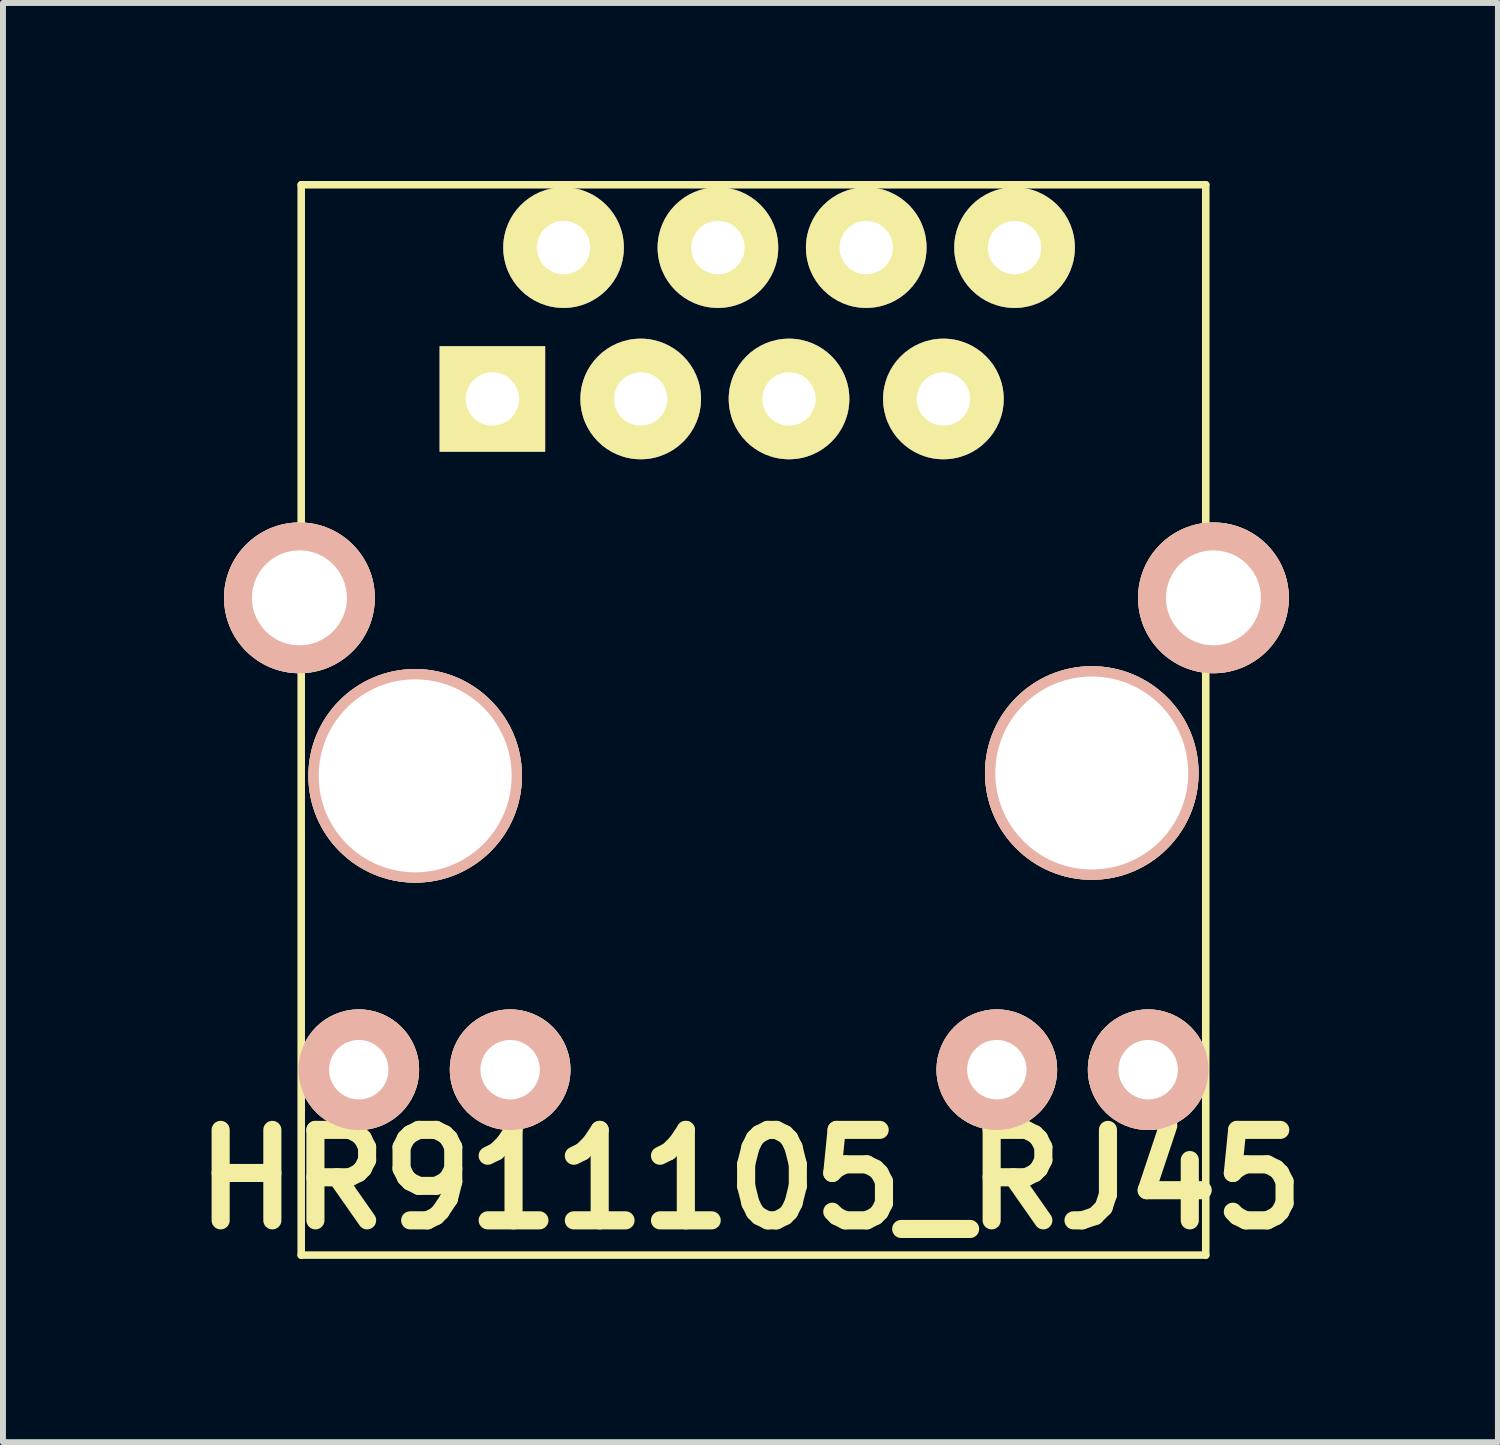
<source format=kicad_pcb>
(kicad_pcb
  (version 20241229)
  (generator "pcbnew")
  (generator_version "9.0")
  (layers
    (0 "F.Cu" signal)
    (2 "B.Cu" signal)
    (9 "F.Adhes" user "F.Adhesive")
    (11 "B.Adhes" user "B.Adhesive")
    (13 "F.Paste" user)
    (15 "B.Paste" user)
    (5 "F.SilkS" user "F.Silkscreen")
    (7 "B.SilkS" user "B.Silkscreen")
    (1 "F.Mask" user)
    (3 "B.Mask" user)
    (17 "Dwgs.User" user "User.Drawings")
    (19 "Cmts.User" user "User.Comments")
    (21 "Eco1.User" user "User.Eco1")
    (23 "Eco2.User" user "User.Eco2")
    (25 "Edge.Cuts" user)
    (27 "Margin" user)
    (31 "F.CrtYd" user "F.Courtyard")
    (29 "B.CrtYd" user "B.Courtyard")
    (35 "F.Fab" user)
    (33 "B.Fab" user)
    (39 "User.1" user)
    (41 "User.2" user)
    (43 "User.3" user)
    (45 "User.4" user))
  (footprint "HR911105_RJ45"
    (layer "F.Cu")
    (at 9.645 10.223)
    (property "Reference" "HR911105_RJ45" (at -0.051 6.599 0) (layer "F.SilkS") (effects (font (size 1.524 1.524) (thickness 0.305))))
    (attr through_hole)
    (fp_line (start -7.62 -10.16) (end -7.62 7.874) (stroke (width 0.127) (type solid)) (layer "F.SilkS"))
    (fp_line (start -7.62 7.874) (end 7.62 7.874) (stroke (width 0.127) (type solid)) (layer "F.SilkS"))
    (fp_line (start 7.62 -10.16) (end -7.62 -10.16) (stroke (width 0.127) (type solid)) (layer "F.SilkS"))
    (fp_line (start 7.62 7.874) (end 7.62 -10.16) (stroke (width 0.127) (type solid)) (layer "F.SilkS"))
    (pad "0" thru_hole circle (at -7.65 -3.2) (size 2.54 2.54) (drill 1.6) (layers "*.Cu" "*.SilkS" "*.Mask"))
    (pad "0" thru_hole circle (at 7.75 -3.2) (size 2.54 2.54) (drill 1.6) (layers "*.Cu" "*.SilkS" "*.Mask"))
    (pad "1" thru_hole rect (at -4.399 -6.551) (size 1.778 1.778) (drill 0.899) (layers "*.Cu" "*.Mask" "F.SilkS"))
    (pad "2" thru_hole circle (at -3.2 -9.101) (size 2.032 2.032) (drill 0.899) (layers "*.Cu" "*.Mask" "F.SilkS"))
    (pad "3" thru_hole circle (at -1.9 -6.551) (size 2.032 2.032) (drill 0.899) (layers "*.Cu" "*.Mask" "F.SilkS"))
    (pad "4" thru_hole circle (at -0.599 -9.101) (size 2.032 2.032) (drill 0.899) (layers "*.Cu" "*.Mask" "F.SilkS"))
    (pad "5" thru_hole circle (at 0.599 -6.551) (size 2.032 2.032) (drill 0.899) (layers "*.Cu" "*.Mask" "F.SilkS"))
    (pad "6" thru_hole circle (at 1.9 -9.101) (size 2.032 2.032) (drill 0.899) (layers "*.Cu" "*.Mask" "F.SilkS"))
    (pad "7" thru_hole circle (at 3.2 -6.551) (size 2.032 2.032) (drill 0.899) (layers "*.Cu" "*.Mask" "F.SilkS"))
    (pad "8" thru_hole circle (at 4.399 -9.101) (size 2.032 2.032) (drill 0.899) (layers "*.Cu" "*.Mask" "F.SilkS"))
    (pad "9" thru_hole circle (at -6.65 4.75) (size 2.032 2.032) (drill 1.001) (layers "*.Cu" "*.SilkS" "*.Mask"))
    (pad "10" thru_hole circle (at -4.1 4.75) (size 2.032 2.032) (drill 1.001) (layers "*.Cu" "*.SilkS" "*.Mask"))
    (pad "11" thru_hole circle (at 4.1 4.75) (size 2.032 2.032) (drill 1.001) (layers "*.Cu" "*.SilkS" "*.Mask"))
    (pad "12" thru_hole circle (at 6.65 4.75) (size 2.032 2.032) (drill 1.001) (layers "*.Cu" "*.SilkS" "*.Mask"))
    (pad "Hole" thru_hole circle (at -5.7 -0.201) (size 3.599 3.599) (drill 3.251) (layers "*.Cu" "*.SilkS" "*.Mask"))
    (pad "Hole" thru_hole circle (at 5.7 -0.249) (size 3.599 3.599) (drill 3.251) (layers "*.Cu" "*.SilkS" "*.Mask")))
  (gr_rect
    (start -3 -3)
    (end 22.188 21.249)
    (stroke (width 0.1) (type default))
    (fill no)
    (layer "Edge.Cuts")))
</source>
